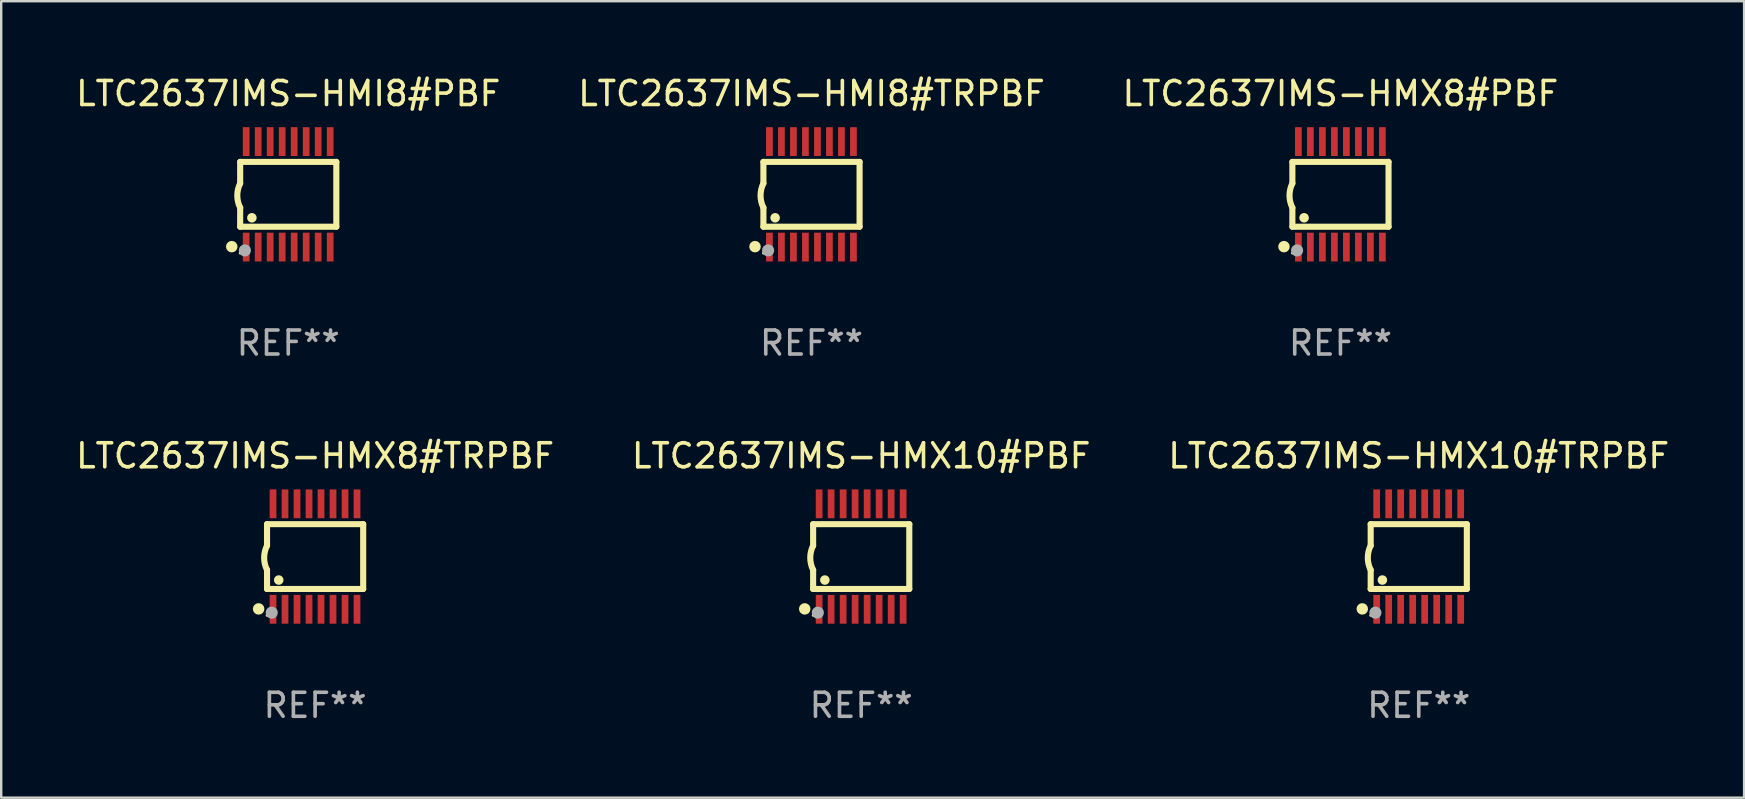
<source format=kicad_pcb>
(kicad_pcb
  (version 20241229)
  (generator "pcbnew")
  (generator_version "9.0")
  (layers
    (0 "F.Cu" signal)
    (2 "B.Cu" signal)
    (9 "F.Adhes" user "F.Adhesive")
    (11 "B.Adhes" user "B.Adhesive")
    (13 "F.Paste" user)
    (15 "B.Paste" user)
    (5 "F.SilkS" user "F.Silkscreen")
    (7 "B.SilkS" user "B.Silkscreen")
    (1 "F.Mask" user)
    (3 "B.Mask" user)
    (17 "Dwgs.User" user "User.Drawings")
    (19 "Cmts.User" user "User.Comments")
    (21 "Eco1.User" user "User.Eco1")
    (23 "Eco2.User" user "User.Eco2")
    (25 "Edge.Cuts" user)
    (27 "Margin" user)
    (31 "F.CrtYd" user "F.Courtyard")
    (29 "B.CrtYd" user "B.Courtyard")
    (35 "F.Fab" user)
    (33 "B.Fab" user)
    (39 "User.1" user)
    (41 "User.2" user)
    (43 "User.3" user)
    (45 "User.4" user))
  (footprint "LTC2637IMS-HMX10#PBF"
    (layer "F.Cu")
    (at 32.827 20.136)
    (property "Reference" "LTC2637IMS-HMX10#PBF" (at 0 -4.197 0) (layer "F.SilkS") (effects (font (size 1 1) (thickness 0.15))))
    (attr through_hole)
    (fp_line (start -2.003 -1.35) (end -2.003 -0.457) (stroke (width 0.254) (type solid)) (layer "F.SilkS"))
    (fp_line (start -2.003 -1.35) (end 2.003 -1.35) (stroke (width 0.254) (type solid)) (layer "F.SilkS"))
    (fp_line (start -2.003 1.35) (end -2.003 0.559) (stroke (width 0.254) (type solid)) (layer "F.SilkS"))
    (fp_line (start -2.003 1.35) (end 2.003 1.35) (stroke (width 0.254) (type solid)) (layer "F.SilkS"))
    (fp_line (start 2.003 -1.35) (end 2.003 1.35) (stroke (width 0.254) (type solid)) (layer "F.SilkS"))
    (fp_arc (start -2.002286 0.558802) (mid -2.122556 0.05092) (end -2.003302 -0.457201) (stroke (width 0.254001) (type solid)) (layer "F.SilkS"))
    (fp_circle (center -2.353 2.18) (end -2.233 2.18) (stroke (width 0.24) (type solid)) (fill no) (layer "F.SilkS"))
    (fp_circle (center -2.003 2.45) (end -1.973 2.45) (stroke (width 0.06) (type solid)) (fill no) (layer "F.SilkS"))
    (fp_circle (center -1.515 0.978) (end -1.415 0.978) (stroke (width 0.2) (type solid)) (fill no) (layer "F.SilkS"))
    (fp_circle (center -1.807 2.337) (end -1.68 2.337) (stroke (width 0.254) (type solid)) (fill no) (layer "F.Fab"))
    (fp_text user "REF**" (at 0 6.197 0) (layer "F.Fab") (effects (font (size 1 1) (thickness 0.15))))
    (pad "1" smd rect (at -1.753 2.197 90) (size 1.2 0.28) (layers "F.Cu" "F.Mask" "F.Paste"))
    (pad "2" smd rect (at -1.253 2.197 90) (size 1.2 0.28) (layers "F.Cu" "F.Mask" "F.Paste"))
    (pad "3" smd rect (at -0.753 2.197 90) (size 1.2 0.28) (layers "F.Cu" "F.Mask" "F.Paste"))
    (pad "4" smd rect (at -0.253 2.197 90) (size 1.2 0.28) (layers "F.Cu" "F.Mask" "F.Paste"))
    (pad "5" smd rect (at 0.247 2.197 90) (size 1.2 0.28) (layers "F.Cu" "F.Mask" "F.Paste"))
    (pad "6" smd rect (at 0.747 2.197 90) (size 1.2 0.28) (layers "F.Cu" "F.Mask" "F.Paste"))
    (pad "7" smd rect (at 1.247 2.197 90) (size 1.2 0.28) (layers "F.Cu" "F.Mask" "F.Paste"))
    (pad "8" smd rect (at 1.747 2.197 90) (size 1.2 0.28) (layers "F.Cu" "F.Mask" "F.Paste"))
    (pad "9" smd rect (at 1.747 -2.197 90) (size 1.2 0.28) (layers "F.Cu" "F.Mask" "F.Paste"))
    (pad "10" smd rect (at 1.247 -2.197 90) (size 1.2 0.28) (layers "F.Cu" "F.Mask" "F.Paste"))
    (pad "11" smd rect (at 0.747 -2.197 90) (size 1.2 0.28) (layers "F.Cu" "F.Mask" "F.Paste"))
    (pad "12" smd rect (at 0.247 -2.197 90) (size 1.2 0.28) (layers "F.Cu" "F.Mask" "F.Paste"))
    (pad "13" smd rect (at -0.253 -2.197 90) (size 1.2 0.28) (layers "F.Cu" "F.Mask" "F.Paste"))
    (pad "14" smd rect (at -0.753 -2.197 90) (size 1.2 0.28) (layers "F.Cu" "F.Mask" "F.Paste"))
    (pad "15" smd rect (at -1.253 -2.197 90) (size 1.2 0.28) (layers "F.Cu" "F.Mask" "F.Paste"))
    (pad "16" smd rect (at -1.753 -2.197 90) (size 1.2 0.28) (layers "F.Cu" "F.Mask" "F.Paste")))
  (footprint "LTC2637IMS-HMX8#TRPBF"
    (layer "F.Cu")
    (at 10.077 20.136)
    (property "Reference" "LTC2637IMS-HMX8#TRPBF" (at 0 -4.197 0) (layer "F.SilkS") (effects (font (size 1 1) (thickness 0.15))))
    (attr through_hole)
    (fp_line (start -2.003 -1.35) (end -2.003 -0.457) (stroke (width 0.254) (type solid)) (layer "F.SilkS"))
    (fp_line (start -2.003 -1.35) (end 2.003 -1.35) (stroke (width 0.254) (type solid)) (layer "F.SilkS"))
    (fp_line (start -2.003 1.35) (end -2.003 0.559) (stroke (width 0.254) (type solid)) (layer "F.SilkS"))
    (fp_line (start -2.003 1.35) (end 2.003 1.35) (stroke (width 0.254) (type solid)) (layer "F.SilkS"))
    (fp_line (start 2.003 -1.35) (end 2.003 1.35) (stroke (width 0.254) (type solid)) (layer "F.SilkS"))
    (fp_arc (start -2.002286 0.558802) (mid -2.122556 0.05092) (end -2.003302 -0.457201) (stroke (width 0.254001) (type solid)) (layer "F.SilkS"))
    (fp_circle (center -2.353 2.18) (end -2.233 2.18) (stroke (width 0.24) (type solid)) (fill no) (layer "F.SilkS"))
    (fp_circle (center -2.003 2.45) (end -1.973 2.45) (stroke (width 0.06) (type solid)) (fill no) (layer "F.SilkS"))
    (fp_circle (center -1.515 0.978) (end -1.415 0.978) (stroke (width 0.2) (type solid)) (fill no) (layer "F.SilkS"))
    (fp_circle (center -1.807 2.337) (end -1.68 2.337) (stroke (width 0.254) (type solid)) (fill no) (layer "F.Fab"))
    (fp_text user "REF**" (at 0 6.197 0) (layer "F.Fab") (effects (font (size 1 1) (thickness 0.15))))
    (pad "1" smd rect (at -1.753 2.197 90) (size 1.2 0.28) (layers "F.Cu" "F.Mask" "F.Paste"))
    (pad "2" smd rect (at -1.253 2.197 90) (size 1.2 0.28) (layers "F.Cu" "F.Mask" "F.Paste"))
    (pad "3" smd rect (at -0.753 2.197 90) (size 1.2 0.28) (layers "F.Cu" "F.Mask" "F.Paste"))
    (pad "4" smd rect (at -0.253 2.197 90) (size 1.2 0.28) (layers "F.Cu" "F.Mask" "F.Paste"))
    (pad "5" smd rect (at 0.247 2.197 90) (size 1.2 0.28) (layers "F.Cu" "F.Mask" "F.Paste"))
    (pad "6" smd rect (at 0.747 2.197 90) (size 1.2 0.28) (layers "F.Cu" "F.Mask" "F.Paste"))
    (pad "7" smd rect (at 1.247 2.197 90) (size 1.2 0.28) (layers "F.Cu" "F.Mask" "F.Paste"))
    (pad "8" smd rect (at 1.747 2.197 90) (size 1.2 0.28) (layers "F.Cu" "F.Mask" "F.Paste"))
    (pad "9" smd rect (at 1.747 -2.197 90) (size 1.2 0.28) (layers "F.Cu" "F.Mask" "F.Paste"))
    (pad "10" smd rect (at 1.247 -2.197 90) (size 1.2 0.28) (layers "F.Cu" "F.Mask" "F.Paste"))
    (pad "11" smd rect (at 0.747 -2.197 90) (size 1.2 0.28) (layers "F.Cu" "F.Mask" "F.Paste"))
    (pad "12" smd rect (at 0.247 -2.197 90) (size 1.2 0.28) (layers "F.Cu" "F.Mask" "F.Paste"))
    (pad "13" smd rect (at -0.253 -2.197 90) (size 1.2 0.28) (layers "F.Cu" "F.Mask" "F.Paste"))
    (pad "14" smd rect (at -0.753 -2.197 90) (size 1.2 0.28) (layers "F.Cu" "F.Mask" "F.Paste"))
    (pad "15" smd rect (at -1.253 -2.197 90) (size 1.2 0.28) (layers "F.Cu" "F.Mask" "F.Paste"))
    (pad "16" smd rect (at -1.753 -2.197 90) (size 1.2 0.28) (layers "F.Cu" "F.Mask" "F.Paste")))
  (footprint "LTC2637IMS-HMX10#TRPBF"
    (layer "F.Cu")
    (at 56.054 20.136)
    (property "Reference" "LTC2637IMS-HMX10#TRPBF" (at 0 -4.197 0) (layer "F.SilkS") (effects (font (size 1 1) (thickness 0.15))))
    (attr through_hole)
    (fp_line (start -2.003 -1.35) (end -2.003 -0.457) (stroke (width 0.254) (type solid)) (layer "F.SilkS"))
    (fp_line (start -2.003 -1.35) (end 2.003 -1.35) (stroke (width 0.254) (type solid)) (layer "F.SilkS"))
    (fp_line (start -2.003 1.35) (end -2.003 0.559) (stroke (width 0.254) (type solid)) (layer "F.SilkS"))
    (fp_line (start -2.003 1.35) (end 2.003 1.35) (stroke (width 0.254) (type solid)) (layer "F.SilkS"))
    (fp_line (start 2.003 -1.35) (end 2.003 1.35) (stroke (width 0.254) (type solid)) (layer "F.SilkS"))
    (fp_arc (start -2.002286 0.558802) (mid -2.122556 0.05092) (end -2.003302 -0.457201) (stroke (width 0.254001) (type solid)) (layer "F.SilkS"))
    (fp_circle (center -2.353 2.18) (end -2.233 2.18) (stroke (width 0.24) (type solid)) (fill no) (layer "F.SilkS"))
    (fp_circle (center -2.003 2.45) (end -1.973 2.45) (stroke (width 0.06) (type solid)) (fill no) (layer "F.SilkS"))
    (fp_circle (center -1.515 0.978) (end -1.415 0.978) (stroke (width 0.2) (type solid)) (fill no) (layer "F.SilkS"))
    (fp_circle (center -1.807 2.337) (end -1.68 2.337) (stroke (width 0.254) (type solid)) (fill no) (layer "F.Fab"))
    (fp_text user "REF**" (at 0 6.197 0) (layer "F.Fab") (effects (font (size 1 1) (thickness 0.15))))
    (pad "1" smd rect (at -1.753 2.197 90) (size 1.2 0.28) (layers "F.Cu" "F.Mask" "F.Paste"))
    (pad "2" smd rect (at -1.253 2.197 90) (size 1.2 0.28) (layers "F.Cu" "F.Mask" "F.Paste"))
    (pad "3" smd rect (at -0.753 2.197 90) (size 1.2 0.28) (layers "F.Cu" "F.Mask" "F.Paste"))
    (pad "4" smd rect (at -0.253 2.197 90) (size 1.2 0.28) (layers "F.Cu" "F.Mask" "F.Paste"))
    (pad "5" smd rect (at 0.247 2.197 90) (size 1.2 0.28) (layers "F.Cu" "F.Mask" "F.Paste"))
    (pad "6" smd rect (at 0.747 2.197 90) (size 1.2 0.28) (layers "F.Cu" "F.Mask" "F.Paste"))
    (pad "7" smd rect (at 1.247 2.197 90) (size 1.2 0.28) (layers "F.Cu" "F.Mask" "F.Paste"))
    (pad "8" smd rect (at 1.747 2.197 90) (size 1.2 0.28) (layers "F.Cu" "F.Mask" "F.Paste"))
    (pad "9" smd rect (at 1.747 -2.197 90) (size 1.2 0.28) (layers "F.Cu" "F.Mask" "F.Paste"))
    (pad "10" smd rect (at 1.247 -2.197 90) (size 1.2 0.28) (layers "F.Cu" "F.Mask" "F.Paste"))
    (pad "11" smd rect (at 0.747 -2.197 90) (size 1.2 0.28) (layers "F.Cu" "F.Mask" "F.Paste"))
    (pad "12" smd rect (at 0.247 -2.197 90) (size 1.2 0.28) (layers "F.Cu" "F.Mask" "F.Paste"))
    (pad "13" smd rect (at -0.253 -2.197 90) (size 1.2 0.28) (layers "F.Cu" "F.Mask" "F.Paste"))
    (pad "14" smd rect (at -0.753 -2.197 90) (size 1.2 0.28) (layers "F.Cu" "F.Mask" "F.Paste"))
    (pad "15" smd rect (at -1.253 -2.197 90) (size 1.2 0.28) (layers "F.Cu" "F.Mask" "F.Paste"))
    (pad "16" smd rect (at -1.753 -2.197 90) (size 1.2 0.28) (layers "F.Cu" "F.Mask" "F.Paste")))
  (footprint "LTC2637IMS-HMI8#PBF"
    (layer "F.Cu")
    (at 8.958 5.045)
    (property "Reference" "LTC2637IMS-HMI8#PBF" (at 0 -4.197 0) (layer "F.SilkS") (effects (font (size 1 1) (thickness 0.15))))
    (attr through_hole)
    (fp_line (start -2.003 -1.35) (end -2.003 -0.457) (stroke (width 0.254) (type solid)) (layer "F.SilkS"))
    (fp_line (start -2.003 -1.35) (end 2.003 -1.35) (stroke (width 0.254) (type solid)) (layer "F.SilkS"))
    (fp_line (start -2.003 1.35) (end -2.003 0.559) (stroke (width 0.254) (type solid)) (layer "F.SilkS"))
    (fp_line (start -2.003 1.35) (end 2.003 1.35) (stroke (width 0.254) (type solid)) (layer "F.SilkS"))
    (fp_line (start 2.003 -1.35) (end 2.003 1.35) (stroke (width 0.254) (type solid)) (layer "F.SilkS"))
    (fp_arc (start -2.002286 0.558802) (mid -2.122556 0.05092) (end -2.003302 -0.457201) (stroke (width 0.254001) (type solid)) (layer "F.SilkS"))
    (fp_circle (center -2.353 2.18) (end -2.233 2.18) (stroke (width 0.24) (type solid)) (fill no) (layer "F.SilkS"))
    (fp_circle (center -2.003 2.45) (end -1.973 2.45) (stroke (width 0.06) (type solid)) (fill no) (layer "F.SilkS"))
    (fp_circle (center -1.515 0.978) (end -1.415 0.978) (stroke (width 0.2) (type solid)) (fill no) (layer "F.SilkS"))
    (fp_circle (center -1.807 2.337) (end -1.68 2.337) (stroke (width 0.254) (type solid)) (fill no) (layer "F.Fab"))
    (fp_text user "REF**" (at 0 6.197 0) (layer "F.Fab") (effects (font (size 1 1) (thickness 0.15))))
    (pad "1" smd rect (at -1.753 2.197 90) (size 1.2 0.28) (layers "F.Cu" "F.Mask" "F.Paste"))
    (pad "2" smd rect (at -1.253 2.197 90) (size 1.2 0.28) (layers "F.Cu" "F.Mask" "F.Paste"))
    (pad "3" smd rect (at -0.753 2.197 90) (size 1.2 0.28) (layers "F.Cu" "F.Mask" "F.Paste"))
    (pad "4" smd rect (at -0.253 2.197 90) (size 1.2 0.28) (layers "F.Cu" "F.Mask" "F.Paste"))
    (pad "5" smd rect (at 0.247 2.197 90) (size 1.2 0.28) (layers "F.Cu" "F.Mask" "F.Paste"))
    (pad "6" smd rect (at 0.747 2.197 90) (size 1.2 0.28) (layers "F.Cu" "F.Mask" "F.Paste"))
    (pad "7" smd rect (at 1.247 2.197 90) (size 1.2 0.28) (layers "F.Cu" "F.Mask" "F.Paste"))
    (pad "8" smd rect (at 1.747 2.197 90) (size 1.2 0.28) (layers "F.Cu" "F.Mask" "F.Paste"))
    (pad "9" smd rect (at 1.747 -2.197 90) (size 1.2 0.28) (layers "F.Cu" "F.Mask" "F.Paste"))
    (pad "10" smd rect (at 1.247 -2.197 90) (size 1.2 0.28) (layers "F.Cu" "F.Mask" "F.Paste"))
    (pad "11" smd rect (at 0.747 -2.197 90) (size 1.2 0.28) (layers "F.Cu" "F.Mask" "F.Paste"))
    (pad "12" smd rect (at 0.247 -2.197 90) (size 1.2 0.28) (layers "F.Cu" "F.Mask" "F.Paste"))
    (pad "13" smd rect (at -0.253 -2.197 90) (size 1.2 0.28) (layers "F.Cu" "F.Mask" "F.Paste"))
    (pad "14" smd rect (at -0.753 -2.197 90) (size 1.2 0.28) (layers "F.Cu" "F.Mask" "F.Paste"))
    (pad "15" smd rect (at -1.253 -2.197 90) (size 1.2 0.28) (layers "F.Cu" "F.Mask" "F.Paste"))
    (pad "16" smd rect (at -1.753 -2.197 90) (size 1.2 0.28) (layers "F.Cu" "F.Mask" "F.Paste")))
  (footprint "LTC2637IMS-HMI8#TRPBF"
    (layer "F.Cu")
    (at 30.756 5.045)
    (property "Reference" "LTC2637IMS-HMI8#TRPBF" (at 0 -4.197 0) (layer "F.SilkS") (effects (font (size 1 1) (thickness 0.15))))
    (attr through_hole)
    (fp_line (start -2.003 -1.35) (end -2.003 -0.457) (stroke (width 0.254) (type solid)) (layer "F.SilkS"))
    (fp_line (start -2.003 -1.35) (end 2.003 -1.35) (stroke (width 0.254) (type solid)) (layer "F.SilkS"))
    (fp_line (start -2.003 1.35) (end -2.003 0.559) (stroke (width 0.254) (type solid)) (layer "F.SilkS"))
    (fp_line (start -2.003 1.35) (end 2.003 1.35) (stroke (width 0.254) (type solid)) (layer "F.SilkS"))
    (fp_line (start 2.003 -1.35) (end 2.003 1.35) (stroke (width 0.254) (type solid)) (layer "F.SilkS"))
    (fp_arc (start -2.002286 0.558802) (mid -2.122556 0.05092) (end -2.003302 -0.457201) (stroke (width 0.254001) (type solid)) (layer "F.SilkS"))
    (fp_circle (center -2.353 2.18) (end -2.233 2.18) (stroke (width 0.24) (type solid)) (fill no) (layer "F.SilkS"))
    (fp_circle (center -2.003 2.45) (end -1.973 2.45) (stroke (width 0.06) (type solid)) (fill no) (layer "F.SilkS"))
    (fp_circle (center -1.515 0.978) (end -1.415 0.978) (stroke (width 0.2) (type solid)) (fill no) (layer "F.SilkS"))
    (fp_circle (center -1.807 2.337) (end -1.68 2.337) (stroke (width 0.254) (type solid)) (fill no) (layer "F.Fab"))
    (fp_text user "REF**" (at 0 6.197 0) (layer "F.Fab") (effects (font (size 1 1) (thickness 0.15))))
    (pad "1" smd rect (at -1.753 2.197 90) (size 1.2 0.28) (layers "F.Cu" "F.Mask" "F.Paste"))
    (pad "2" smd rect (at -1.253 2.197 90) (size 1.2 0.28) (layers "F.Cu" "F.Mask" "F.Paste"))
    (pad "3" smd rect (at -0.753 2.197 90) (size 1.2 0.28) (layers "F.Cu" "F.Mask" "F.Paste"))
    (pad "4" smd rect (at -0.253 2.197 90) (size 1.2 0.28) (layers "F.Cu" "F.Mask" "F.Paste"))
    (pad "5" smd rect (at 0.247 2.197 90) (size 1.2 0.28) (layers "F.Cu" "F.Mask" "F.Paste"))
    (pad "6" smd rect (at 0.747 2.197 90) (size 1.2 0.28) (layers "F.Cu" "F.Mask" "F.Paste"))
    (pad "7" smd rect (at 1.247 2.197 90) (size 1.2 0.28) (layers "F.Cu" "F.Mask" "F.Paste"))
    (pad "8" smd rect (at 1.747 2.197 90) (size 1.2 0.28) (layers "F.Cu" "F.Mask" "F.Paste"))
    (pad "9" smd rect (at 1.747 -2.197 90) (size 1.2 0.28) (layers "F.Cu" "F.Mask" "F.Paste"))
    (pad "10" smd rect (at 1.247 -2.197 90) (size 1.2 0.28) (layers "F.Cu" "F.Mask" "F.Paste"))
    (pad "11" smd rect (at 0.747 -2.197 90) (size 1.2 0.28) (layers "F.Cu" "F.Mask" "F.Paste"))
    (pad "12" smd rect (at 0.247 -2.197 90) (size 1.2 0.28) (layers "F.Cu" "F.Mask" "F.Paste"))
    (pad "13" smd rect (at -0.253 -2.197 90) (size 1.2 0.28) (layers "F.Cu" "F.Mask" "F.Paste"))
    (pad "14" smd rect (at -0.753 -2.197 90) (size 1.2 0.28) (layers "F.Cu" "F.Mask" "F.Paste"))
    (pad "15" smd rect (at -1.253 -2.197 90) (size 1.2 0.28) (layers "F.Cu" "F.Mask" "F.Paste"))
    (pad "16" smd rect (at -1.753 -2.197 90) (size 1.2 0.28) (layers "F.Cu" "F.Mask" "F.Paste")))
  (footprint "LTC2637IMS-HMX8#PBF"
    (layer "F.Cu")
    (at 52.792 5.045)
    (property "Reference" "LTC2637IMS-HMX8#PBF" (at 0 -4.197 0) (layer "F.SilkS") (effects (font (size 1 1) (thickness 0.15))))
    (attr through_hole)
    (fp_line (start -2.003 -1.35) (end -2.003 -0.457) (stroke (width 0.254) (type solid)) (layer "F.SilkS"))
    (fp_line (start -2.003 -1.35) (end 2.003 -1.35) (stroke (width 0.254) (type solid)) (layer "F.SilkS"))
    (fp_line (start -2.003 1.35) (end -2.003 0.559) (stroke (width 0.254) (type solid)) (layer "F.SilkS"))
    (fp_line (start -2.003 1.35) (end 2.003 1.35) (stroke (width 0.254) (type solid)) (layer "F.SilkS"))
    (fp_line (start 2.003 -1.35) (end 2.003 1.35) (stroke (width 0.254) (type solid)) (layer "F.SilkS"))
    (fp_arc (start -2.002286 0.558802) (mid -2.122556 0.05092) (end -2.003302 -0.457201) (stroke (width 0.254001) (type solid)) (layer "F.SilkS"))
    (fp_circle (center -2.353 2.18) (end -2.233 2.18) (stroke (width 0.24) (type solid)) (fill no) (layer "F.SilkS"))
    (fp_circle (center -2.003 2.45) (end -1.973 2.45) (stroke (width 0.06) (type solid)) (fill no) (layer "F.SilkS"))
    (fp_circle (center -1.515 0.978) (end -1.415 0.978) (stroke (width 0.2) (type solid)) (fill no) (layer "F.SilkS"))
    (fp_circle (center -1.807 2.337) (end -1.68 2.337) (stroke (width 0.254) (type solid)) (fill no) (layer "F.Fab"))
    (fp_text user "REF**" (at 0 6.197 0) (layer "F.Fab") (effects (font (size 1 1) (thickness 0.15))))
    (pad "1" smd rect (at -1.753 2.197 90) (size 1.2 0.28) (layers "F.Cu" "F.Mask" "F.Paste"))
    (pad "2" smd rect (at -1.253 2.197 90) (size 1.2 0.28) (layers "F.Cu" "F.Mask" "F.Paste"))
    (pad "3" smd rect (at -0.753 2.197 90) (size 1.2 0.28) (layers "F.Cu" "F.Mask" "F.Paste"))
    (pad "4" smd rect (at -0.253 2.197 90) (size 1.2 0.28) (layers "F.Cu" "F.Mask" "F.Paste"))
    (pad "5" smd rect (at 0.247 2.197 90) (size 1.2 0.28) (layers "F.Cu" "F.Mask" "F.Paste"))
    (pad "6" smd rect (at 0.747 2.197 90) (size 1.2 0.28) (layers "F.Cu" "F.Mask" "F.Paste"))
    (pad "7" smd rect (at 1.247 2.197 90) (size 1.2 0.28) (layers "F.Cu" "F.Mask" "F.Paste"))
    (pad "8" smd rect (at 1.747 2.197 90) (size 1.2 0.28) (layers "F.Cu" "F.Mask" "F.Paste"))
    (pad "9" smd rect (at 1.747 -2.197 90) (size 1.2 0.28) (layers "F.Cu" "F.Mask" "F.Paste"))
    (pad "10" smd rect (at 1.247 -2.197 90) (size 1.2 0.28) (layers "F.Cu" "F.Mask" "F.Paste"))
    (pad "11" smd rect (at 0.747 -2.197 90) (size 1.2 0.28) (layers "F.Cu" "F.Mask" "F.Paste"))
    (pad "12" smd rect (at 0.247 -2.197 90) (size 1.2 0.28) (layers "F.Cu" "F.Mask" "F.Paste"))
    (pad "13" smd rect (at -0.253 -2.197 90) (size 1.2 0.28) (layers "F.Cu" "F.Mask" "F.Paste"))
    (pad "14" smd rect (at -0.753 -2.197 90) (size 1.2 0.28) (layers "F.Cu" "F.Mask" "F.Paste"))
    (pad "15" smd rect (at -1.253 -2.197 90) (size 1.2 0.28) (layers "F.Cu" "F.Mask" "F.Paste"))
    (pad "16" smd rect (at -1.753 -2.197 90) (size 1.2 0.28) (layers "F.Cu" "F.Mask" "F.Paste")))
  (gr_rect
    (start -3 -3)
    (end 69.607 30.181)
    (stroke (width 0.1) (type default))
    (fill no)
    (layer "Edge.Cuts")))
</source>
